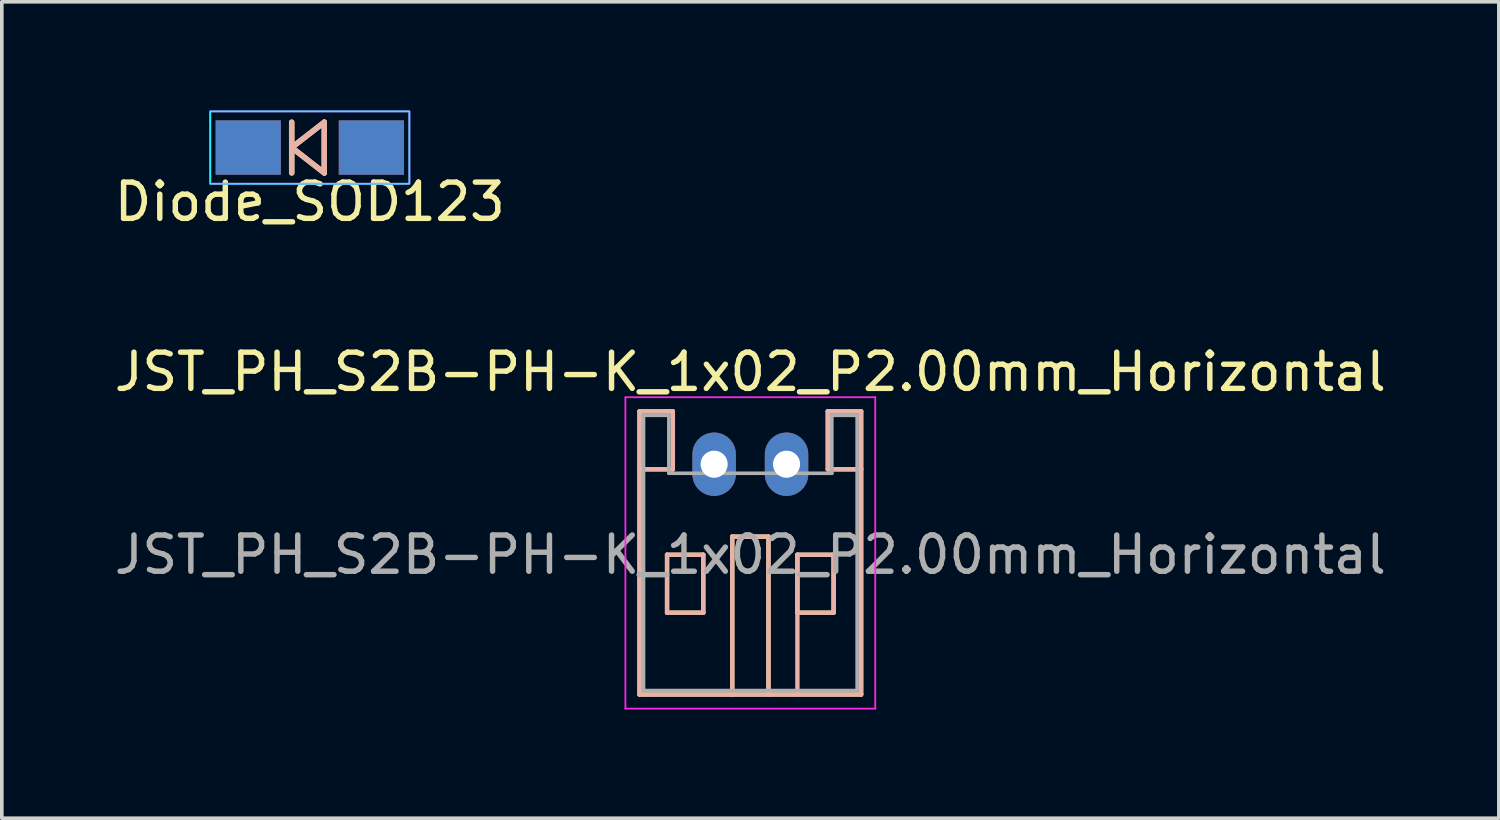
<source format=kicad_pcb>
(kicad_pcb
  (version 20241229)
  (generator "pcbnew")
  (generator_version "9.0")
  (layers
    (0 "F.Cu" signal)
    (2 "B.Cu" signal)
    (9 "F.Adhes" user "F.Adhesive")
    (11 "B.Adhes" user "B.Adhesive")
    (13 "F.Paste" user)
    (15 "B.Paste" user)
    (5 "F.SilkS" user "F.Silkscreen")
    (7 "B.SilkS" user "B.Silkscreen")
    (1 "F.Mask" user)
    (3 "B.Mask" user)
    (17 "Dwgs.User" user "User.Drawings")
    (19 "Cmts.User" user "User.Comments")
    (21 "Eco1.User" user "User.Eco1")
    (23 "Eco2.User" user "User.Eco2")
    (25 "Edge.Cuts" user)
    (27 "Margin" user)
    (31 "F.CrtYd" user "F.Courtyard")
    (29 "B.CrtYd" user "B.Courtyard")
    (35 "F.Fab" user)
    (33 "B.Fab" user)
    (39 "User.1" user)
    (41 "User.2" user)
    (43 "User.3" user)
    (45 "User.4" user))
  (footprint "Diode_SOD123"
    (placed yes)
    (layer "F.Cu")
    (at 5.506 1.025)
    (property "Reference" "Diode_SOD123" (at 0 1.5 180) (layer "F.SilkS") (effects (font (size 1 1) (thickness 0.15))))
    (attr through_hole)
    (fp_line (start -0.5 -0.7) (end -0.5 0.7) (stroke (width 0.15) (type solid)) (layer "F.SilkS"))
    (fp_line (start -0.5 0) (end 0.4 -0.7) (stroke (width 0.15) (type solid)) (layer "F.SilkS"))
    (fp_line (start 0.4 -0.7) (end 0.4 0.7) (stroke (width 0.15) (type solid)) (layer "F.SilkS"))
    (fp_line (start 0.4 0.7) (end -0.5 0) (stroke (width 0.15) (type solid)) (layer "F.SilkS"))
    (fp_line (start -0.5 0) (end 0.4 0.7) (stroke (width 0.15) (type solid)) (layer "B.SilkS"))
    (fp_line (start -0.5 0.7) (end -0.5 -0.7) (stroke (width 0.15) (type solid)) (layer "B.SilkS"))
    (fp_line (start 0.4 -0.7) (end -0.5 0) (stroke (width 0.15) (type solid)) (layer "B.SilkS"))
    (fp_line (start 0.4 0.7) (end 0.4 -0.7) (stroke (width 0.15) (type solid)) (layer "B.SilkS"))
    (fp_rect (start -2.75 -1) (end 2.75 1) (stroke (width 0.05) (type default)) (fill no) (layer "B.CrtYd"))
    (fp_rect (start -2.75 -1) (end 2.75 1) (stroke (width 0.05) (type default)) (fill no) (layer "F.CrtYd"))
    (pad "1" smd rect (at -1.7 0) (size 1.8 1.5) (layers "F.Cu" "F.Mask" "F.Paste"))
    (pad "1" smd rect (at -1.7 0) (size 1.8 1.5) (layers "B.Cu" "B.Mask" "B.Paste"))
    (pad "2" smd rect (at 1.7 0) (size 1.8 1.5) (layers "F.Cu" "F.Mask" "F.Paste"))
    (pad "2" smd rect (at 1.7 0) (size 1.8 1.5) (layers "B.Cu" "B.Mask" "B.Paste")))
  (footprint "JST_PH_S2B-PH-K_1x02_P2.00mm_Horizontal"
    (layer "F.Cu")
    (at 16.673 9.771)
    (property "Reference" "JST_PH_S2B-PH-K_1x02_P2.00mm_Horizontal" (at 1 -2.55 180) (layer "F.SilkS") (effects (font (size 1 1) (thickness 0.15))))
    (attr through_hole)
    (fp_line (start -2.06 -1.46) (end -2.06 6.36) (stroke (width 0.12) (type solid)) (layer "F.SilkS"))
    (fp_line (start -2.06 0.14) (end -1.14 0.14) (stroke (width 0.12) (type solid)) (layer "F.SilkS"))
    (fp_line (start -2.06 6.36) (end 4.06 6.36) (stroke (width 0.12) (type solid)) (layer "F.SilkS"))
    (fp_line (start -1.3 2.5) (end -1.3 4.1) (stroke (width 0.12) (type solid)) (layer "F.SilkS"))
    (fp_line (start -1.3 4.1) (end -0.3 4.1) (stroke (width 0.12) (type solid)) (layer "F.SilkS"))
    (fp_line (start -1.14 -1.46) (end -2.06 -1.46) (stroke (width 0.12) (type solid)) (layer "F.SilkS"))
    (fp_line (start -1.14 0.14) (end -1.14 -1.46) (stroke (width 0.12) (type solid)) (layer "F.SilkS"))
    (fp_line (start -0.3 2.5) (end -1.3 2.5) (stroke (width 0.12) (type solid)) (layer "F.SilkS"))
    (fp_line (start -0.3 4.1) (end -0.3 2.5) (stroke (width 0.12) (type solid)) (layer "F.SilkS"))
    (fp_line (start 0.5 2) (end 1.5 2) (stroke (width 0.12) (type solid)) (layer "F.SilkS"))
    (fp_line (start 0.5 6.36) (end 0.5 2) (stroke (width 0.12) (type solid)) (layer "F.SilkS"))
    (fp_line (start 1.5 2) (end 1.5 6.36) (stroke (width 0.12) (type solid)) (layer "F.SilkS"))
    (fp_line (start 2.3 2.5) (end 3.3 2.5) (stroke (width 0.12) (type solid)) (layer "F.SilkS"))
    (fp_line (start 2.3 4.1) (end 2.3 2.5) (stroke (width 0.12) (type solid)) (layer "F.SilkS"))
    (fp_line (start 3.14 -1.46) (end 3.14 0.14) (stroke (width 0.12) (type solid)) (layer "F.SilkS"))
    (fp_line (start 3.3 2.5) (end 3.3 4.1) (stroke (width 0.12) (type solid)) (layer "F.SilkS"))
    (fp_line (start 3.3 4.1) (end 2.3 4.1) (stroke (width 0.12) (type solid)) (layer "F.SilkS"))
    (fp_line (start 4.06 -1.46) (end 3.14 -1.46) (stroke (width 0.12) (type solid)) (layer "F.SilkS"))
    (fp_line (start 4.06 0.14) (end 3.14 0.14) (stroke (width 0.12) (type solid)) (layer "F.SilkS"))
    (fp_line (start 4.06 6.36) (end 4.06 -1.46) (stroke (width 0.12) (type solid)) (layer "F.SilkS"))
    (fp_line (start -2.06 -1.46) (end -1.14 -1.46) (stroke (width 0.12) (type solid)) (layer "B.SilkS"))
    (fp_line (start -2.06 0.14) (end -1.14 0.14) (stroke (width 0.12) (type solid)) (layer "B.SilkS"))
    (fp_line (start -2.06 6.36) (end -2.06 -1.46) (stroke (width 0.12) (type solid)) (layer "B.SilkS"))
    (fp_line (start -1.3 2.5) (end -1.3 4.1) (stroke (width 0.12) (type solid)) (layer "B.SilkS"))
    (fp_line (start -1.3 4.1) (end -0.3 4.1) (stroke (width 0.12) (type solid)) (layer "B.SilkS"))
    (fp_line (start -1.14 -1.46) (end -1.14 0.14) (stroke (width 0.12) (type solid)) (layer "B.SilkS"))
    (fp_line (start -0.3 2.5) (end -1.3 2.5) (stroke (width 0.12) (type solid)) (layer "B.SilkS"))
    (fp_line (start -0.3 4.1) (end -0.3 2.5) (stroke (width 0.12) (type solid)) (layer "B.SilkS"))
    (fp_line (start 0.5 2) (end 0.5 6.36) (stroke (width 0.12) (type solid)) (layer "B.SilkS"))
    (fp_line (start 1.5 2) (end 0.5 2) (stroke (width 0.12) (type solid)) (layer "B.SilkS"))
    (fp_line (start 1.5 6.36) (end 1.5 2) (stroke (width 0.12) (type solid)) (layer "B.SilkS"))
    (fp_line (start 2.3 2.5) (end 3.3 2.5) (stroke (width 0.12) (type solid)) (layer "B.SilkS"))
    (fp_line (start 2.3 4.1) (end 2.3 2.5) (stroke (width 0.12) (type solid)) (layer "B.SilkS"))
    (fp_line (start 2.3 4.1) (end 2.3 6.36) (stroke (width 0.12) (type solid)) (layer "B.SilkS"))
    (fp_line (start 3.14 -1.46) (end 4.06 -1.46) (stroke (width 0.12) (type solid)) (layer "B.SilkS"))
    (fp_line (start 3.14 0.14) (end 3.14 -1.46) (stroke (width 0.12) (type solid)) (layer "B.SilkS"))
    (fp_line (start 3.3 2.5) (end 3.3 4.1) (stroke (width 0.12) (type solid)) (layer "B.SilkS"))
    (fp_line (start 3.3 4.1) (end 2.3 4.1) (stroke (width 0.12) (type solid)) (layer "B.SilkS"))
    (fp_line (start 4.06 -1.46) (end 4.06 6.36) (stroke (width 0.12) (type solid)) (layer "B.SilkS"))
    (fp_line (start 4.06 0.14) (end 3.14 0.14) (stroke (width 0.12) (type solid)) (layer "B.SilkS"))
    (fp_line (start 4.06 6.36) (end -2.06 6.36) (stroke (width 0.12) (type solid)) (layer "B.SilkS"))
    (fp_line (start -2.45 -1.85) (end -2.45 6.75) (stroke (width 0.05) (type solid)) (layer "F.CrtYd"))
    (fp_line (start -2.45 6.75) (end 4.45 6.75) (stroke (width 0.05) (type solid)) (layer "F.CrtYd"))
    (fp_line (start 4.45 -1.85) (end -2.45 -1.85) (stroke (width 0.05) (type solid)) (layer "F.CrtYd"))
    (fp_line (start 4.45 6.75) (end 4.45 -1.85) (stroke (width 0.05) (type solid)) (layer "F.CrtYd"))
    (fp_line (start -1.95 -1.35) (end -1.95 6.25) (stroke (width 0.1) (type solid)) (layer "F.Fab"))
    (fp_line (start -1.95 6.25) (end 3.95 6.25) (stroke (width 0.1) (type solid)) (layer "F.Fab"))
    (fp_line (start -1.25 -1.35) (end -1.95 -1.35) (stroke (width 0.1) (type solid)) (layer "F.Fab"))
    (fp_line (start -1.25 0.25) (end -1.25 -1.35) (stroke (width 0.1) (type solid)) (layer "F.Fab"))
    (fp_line (start 3.25 -1.35) (end 3.25 0.25) (stroke (width 0.1) (type solid)) (layer "F.Fab"))
    (fp_line (start 3.25 0.25) (end -1.25 0.25) (stroke (width 0.1) (type solid)) (layer "F.Fab"))
    (fp_line (start 3.95 -1.35) (end 3.25 -1.35) (stroke (width 0.1) (type solid)) (layer "F.Fab"))
    (fp_line (start 3.95 6.25) (end 3.95 -1.35) (stroke (width 0.1) (type solid)) (layer "F.Fab"))
    (fp_text user "${REFERENCE}" (at 1 2.5 180) (layer "F.Fab") (effects (font (size 1 1) (thickness 0.15))))
    (pad "1" thru_hole oval (at 0 0) (size 1.2 1.75) (drill 0.75) (layers "*.Cu" "*.Mask"))
    (pad "2" thru_hole oval (at 2 0) (size 1.2 1.75) (drill 0.75) (layers "*.Cu" "*.Mask")))
  (gr_rect
    (start -3 -3)
    (end 38.345 19.547)
    (stroke (width 0.1) (type default))
    (fill no)
    (layer "Edge.Cuts")))
</source>
